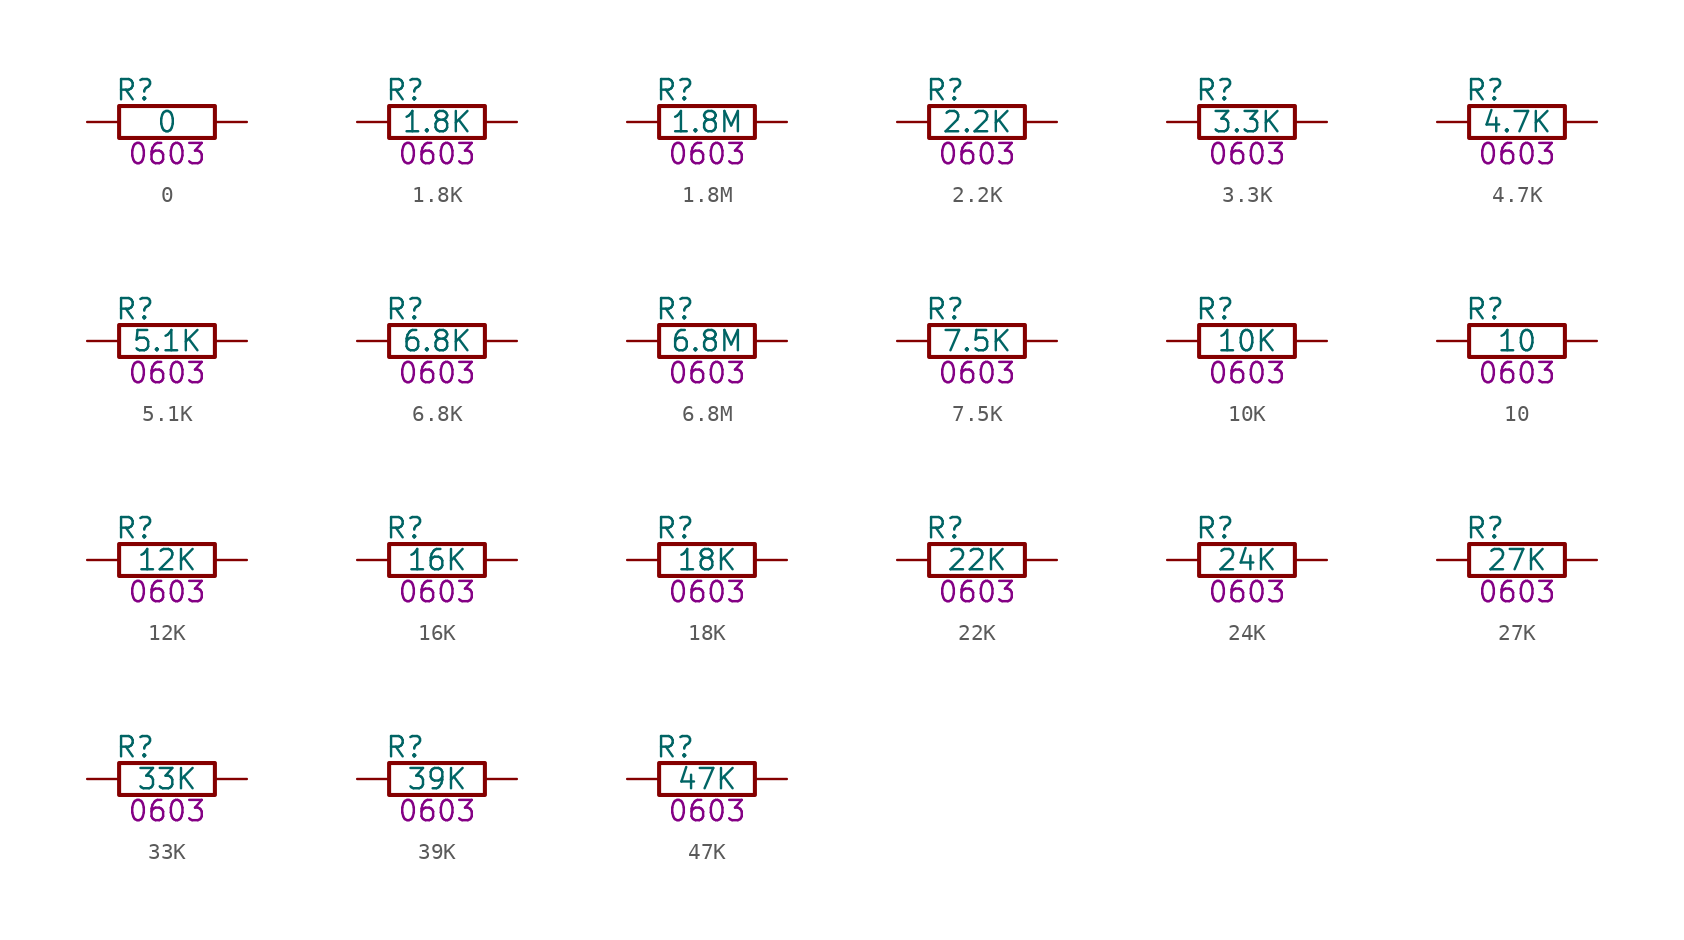
<source format=kicad_sym>
(kicad_symbol_lib
  (version 20211014)
  (generator kicad_symbol_editor)
  (symbol "0"
    (pin_numbers hide)
    (pin_names hide)
    (property "Reference" "R"
      (at -2 1 0)
      (effects (font (size 1.27 1.27))))
    (property "Value" "0"
      (at 0 -1 0)
      (effects (font (size 1.27 1.27))))
    (property "Size" "0603"
      (at 0 -3 0)
      (effects (font (size 1.27 1.27))))
    (symbol "0_0_1"
      (rectangle (start -3 0) (end 3 -2) (stroke (width 0.254) (type default) (color 0 0 0 0)) (fill (type none))))
    (symbol "0_1_1"
      (pin passive line (at -5 -1 0) (length 2) (name "~" (effects (font (size 1.27 1.27)))) (number "1" (effects (font (size 1.27 1.27)))))
      (pin passive line (at 5 -1 180) (length 2) (name "~" (effects (font (size 1.27 1.27)))) (number "2" (effects (font (size 1.27 1.27)))))))
  (symbol "1.8K"
    (pin_numbers hide)
    (pin_names hide)
    (property "Reference" "R"
      (at -2 1 0)
      (effects (font (size 1.27 1.27))))
    (property "Value" "1.8K"
      (at 0 -1 0)
      (effects (font (size 1.27 1.27))))
    (property "Size" "0603"
      (at 0 -3 0)
      (effects (font (size 1.27 1.27))))
    (symbol "1.8K_0_1"
      (rectangle (start -3 0) (end 3 -2) (stroke (width 0.254) (type default) (color 0 0 0 0)) (fill (type none))))
    (symbol "1.8K_1_1"
      (pin passive line (at -5 -1 0) (length 2) (name "~" (effects (font (size 1.27 1.27)))) (number "1" (effects (font (size 1.27 1.27)))))
      (pin passive line (at 5 -1 180) (length 2) (name "~" (effects (font (size 1.27 1.27)))) (number "2" (effects (font (size 1.27 1.27)))))))
  (symbol "1.8M"
    (pin_numbers hide)
    (pin_names hide)
    (property "Reference" "R"
      (at -2 1 0)
      (effects (font (size 1.27 1.27))))
    (property "Value" "1.8M"
      (at 0 -1 0)
      (effects (font (size 1.27 1.27))))
    (property "Size" "0603"
      (at 0 -3 0)
      (effects (font (size 1.27 1.27))))
    (symbol "1.8M_0_1"
      (rectangle (start -3 0) (end 3 -2) (stroke (width 0.254) (type default) (color 0 0 0 0)) (fill (type none))))
    (symbol "1.8M_1_1"
      (pin passive line (at -5 -1 0) (length 2) (name "~" (effects (font (size 1.27 1.27)))) (number "1" (effects (font (size 1.27 1.27)))))
      (pin passive line (at 5 -1 180) (length 2) (name "~" (effects (font (size 1.27 1.27)))) (number "2" (effects (font (size 1.27 1.27)))))))
  (symbol "2.2K"
    (pin_numbers hide)
    (pin_names hide)
    (property "Reference" "R"
      (at -2 1 0)
      (effects (font (size 1.27 1.27))))
    (property "Value" "2.2K"
      (at 0 -1 0)
      (effects (font (size 1.27 1.27))))
    (property "Size" "0603"
      (at 0 -3 0)
      (effects (font (size 1.27 1.27))))
    (symbol "2.2K_0_1"
      (rectangle (start -3 0) (end 3 -2) (stroke (width 0.254) (type default) (color 0 0 0 0)) (fill (type none))))
    (symbol "2.2K_1_1"
      (pin passive line (at -5 -1 0) (length 2) (name "~" (effects (font (size 1.27 1.27)))) (number "1" (effects (font (size 1.27 1.27)))))
      (pin passive line (at 5 -1 180) (length 2) (name "~" (effects (font (size 1.27 1.27)))) (number "2" (effects (font (size 1.27 1.27)))))))
  (symbol "3.3K"
    (pin_numbers hide)
    (pin_names hide)
    (property "Reference" "R"
      (at -2 1 0)
      (effects (font (size 1.27 1.27))))
    (property "Value" "3.3K"
      (at 0 -1 0)
      (effects (font (size 1.27 1.27))))
    (property "Size" "0603"
      (at 0 -3 0)
      (effects (font (size 1.27 1.27))))
    (symbol "3.3K_0_1"
      (rectangle (start -3 0) (end 3 -2) (stroke (width 0.254) (type default) (color 0 0 0 0)) (fill (type none))))
    (symbol "3.3K_1_1"
      (pin passive line (at -5 -1 0) (length 2) (name "~" (effects (font (size 1.27 1.27)))) (number "1" (effects (font (size 1.27 1.27)))))
      (pin passive line (at 5 -1 180) (length 2) (name "~" (effects (font (size 1.27 1.27)))) (number "2" (effects (font (size 1.27 1.27)))))))
  (symbol "4.7K"
    (pin_numbers hide)
    (pin_names hide)
    (property "Reference" "R"
      (at -2 1 0)
      (effects (font (size 1.27 1.27))))
    (property "Value" "4.7K"
      (at 0 -1 0)
      (effects (font (size 1.27 1.27))))
    (property "Size" "0603"
      (at 0 -3 0)
      (effects (font (size 1.27 1.27))))
    (symbol "4.7K_0_1"
      (rectangle (start -3 0) (end 3 -2) (stroke (width 0.254) (type default) (color 0 0 0 0)) (fill (type none))))
    (symbol "4.7K_1_1"
      (pin passive line (at -5 -1 0) (length 2) (name "~" (effects (font (size 1.27 1.27)))) (number "1" (effects (font (size 1.27 1.27)))))
      (pin passive line (at 5 -1 180) (length 2) (name "~" (effects (font (size 1.27 1.27)))) (number "2" (effects (font (size 1.27 1.27)))))))
  (symbol "5.1K"
    (pin_numbers hide)
    (pin_names hide)
    (property "Reference" "R"
      (at -2 1 0)
      (effects (font (size 1.27 1.27))))
    (property "Value" "5.1K"
      (at 0 -1 0)
      (effects (font (size 1.27 1.27))))
    (property "Size" "0603"
      (at 0 -3 0)
      (effects (font (size 1.27 1.27))))
    (symbol "5.1K_0_1"
      (rectangle (start -3 0) (end 3 -2) (stroke (width 0.254) (type default) (color 0 0 0 0)) (fill (type none))))
    (symbol "5.1K_1_1"
      (pin passive line (at -5 -1 0) (length 2) (name "~" (effects (font (size 1.27 1.27)))) (number "1" (effects (font (size 1.27 1.27)))))
      (pin passive line (at 5 -1 180) (length 2) (name "~" (effects (font (size 1.27 1.27)))) (number "2" (effects (font (size 1.27 1.27)))))))
  (symbol "6.8K"
    (pin_numbers hide)
    (pin_names hide)
    (property "Reference" "R"
      (at -2 1 0)
      (effects (font (size 1.27 1.27))))
    (property "Value" "6.8K"
      (at 0 -1 0)
      (effects (font (size 1.27 1.27))))
    (property "Size" "0603"
      (at 0 -3 0)
      (effects (font (size 1.27 1.27))))
    (symbol "6.8K_0_1"
      (rectangle (start -3 0) (end 3 -2) (stroke (width 0.254) (type default) (color 0 0 0 0)) (fill (type none))))
    (symbol "6.8K_1_1"
      (pin passive line (at -5 -1 0) (length 2) (name "~" (effects (font (size 1.27 1.27)))) (number "1" (effects (font (size 1.27 1.27)))))
      (pin passive line (at 5 -1 180) (length 2) (name "~" (effects (font (size 1.27 1.27)))) (number "2" (effects (font (size 1.27 1.27)))))))
  (symbol "6.8M"
    (pin_numbers hide)
    (pin_names hide)
    (property "Reference" "R"
      (at -2 1 0)
      (effects (font (size 1.27 1.27))))
    (property "Value" "6.8M"
      (at 0 -1 0)
      (effects (font (size 1.27 1.27))))
    (property "Size" "0603"
      (at 0 -3 0)
      (effects (font (size 1.27 1.27))))
    (symbol "6.8M_0_1"
      (rectangle (start -3 0) (end 3 -2) (stroke (width 0.254) (type default) (color 0 0 0 0)) (fill (type none))))
    (symbol "6.8M_1_1"
      (pin passive line (at -5 -1 0) (length 2) (name "~" (effects (font (size 1.27 1.27)))) (number "1" (effects (font (size 1.27 1.27)))))
      (pin passive line (at 5 -1 180) (length 2) (name "~" (effects (font (size 1.27 1.27)))) (number "2" (effects (font (size 1.27 1.27)))))))
  (symbol "7.5K"
    (pin_numbers hide)
    (pin_names hide)
    (property "Reference" "R"
      (at -2 1 0)
      (effects (font (size 1.27 1.27))))
    (property "Value" "7.5K"
      (at 0 -1 0)
      (effects (font (size 1.27 1.27))))
    (property "Size" "0603"
      (at 0 -3 0)
      (effects (font (size 1.27 1.27))))
    (symbol "7.5K_0_1"
      (rectangle (start -3 0) (end 3 -2) (stroke (width 0.254) (type default) (color 0 0 0 0)) (fill (type none))))
    (symbol "7.5K_1_1"
      (pin passive line (at -5 -1 0) (length 2) (name "~" (effects (font (size 1.27 1.27)))) (number "1" (effects (font (size 1.27 1.27)))))
      (pin passive line (at 5 -1 180) (length 2) (name "~" (effects (font (size 1.27 1.27)))) (number "2" (effects (font (size 1.27 1.27)))))))
  (symbol "10K"
    (pin_numbers hide)
    (pin_names hide)
    (property "Reference" "R"
      (at -2 1 0)
      (effects (font (size 1.27 1.27))))
    (property "Value" "10K"
      (at 0 -1 0)
      (effects (font (size 1.27 1.27))))
    (property "Size" "0603"
      (at 0 -3 0)
      (effects (font (size 1.27 1.27))))
    (symbol "10K_0_1"
      (rectangle (start -3 0) (end 3 -2) (stroke (width 0.254) (type default) (color 0 0 0 0)) (fill (type none))))
    (symbol "10K_1_1"
      (pin passive line (at -5 -1 0) (length 2) (name "~" (effects (font (size 1.27 1.27)))) (number "1" (effects (font (size 1.27 1.27)))))
      (pin passive line (at 5 -1 180) (length 2) (name "~" (effects (font (size 1.27 1.27)))) (number "2" (effects (font (size 1.27 1.27)))))))
  (symbol "10"
    (pin_numbers hide)
    (pin_names hide)
    (property "Reference" "R"
      (at -2 1 0)
      (effects (font (size 1.27 1.27))))
    (property "Value" "10"
      (at 0 -1 0)
      (effects (font (size 1.27 1.27))))
    (property "Size" "0603"
      (at 0 -3 0)
      (effects (font (size 1.27 1.27))))
    (symbol "10_0_1"
      (rectangle (start -3 0) (end 3 -2) (stroke (width 0.254) (type default) (color 0 0 0 0)) (fill (type none))))
    (symbol "10_1_1"
      (pin passive line (at -5 -1 0) (length 2) (name "~" (effects (font (size 1.27 1.27)))) (number "1" (effects (font (size 1.27 1.27)))))
      (pin passive line (at 5 -1 180) (length 2) (name "~" (effects (font (size 1.27 1.27)))) (number "2" (effects (font (size 1.27 1.27)))))))
  (symbol "12K"
    (pin_numbers hide)
    (pin_names hide)
    (property "Reference" "R"
      (at -2 1 0)
      (effects (font (size 1.27 1.27))))
    (property "Value" "12K"
      (at 0 -1 0)
      (effects (font (size 1.27 1.27))))
    (property "Size" "0603"
      (at 0 -3 0)
      (effects (font (size 1.27 1.27))))
    (symbol "12K_0_1"
      (rectangle (start -3 0) (end 3 -2) (stroke (width 0.254) (type default) (color 0 0 0 0)) (fill (type none))))
    (symbol "12K_1_1"
      (pin passive line (at -5 -1 0) (length 2) (name "~" (effects (font (size 1.27 1.27)))) (number "1" (effects (font (size 1.27 1.27)))))
      (pin passive line (at 5 -1 180) (length 2) (name "~" (effects (font (size 1.27 1.27)))) (number "2" (effects (font (size 1.27 1.27)))))))
  (symbol "16K"
    (pin_numbers hide)
    (pin_names hide)
    (property "Reference" "R"
      (at -2 1 0)
      (effects (font (size 1.27 1.27))))
    (property "Value" "16K"
      (at 0 -1 0)
      (effects (font (size 1.27 1.27))))
    (property "Size" "0603"
      (at 0 -3 0)
      (effects (font (size 1.27 1.27))))
    (symbol "16K_0_1"
      (rectangle (start -3 0) (end 3 -2) (stroke (width 0.254) (type default) (color 0 0 0 0)) (fill (type none))))
    (symbol "16K_1_1"
      (pin passive line (at -5 -1 0) (length 2) (name "~" (effects (font (size 1.27 1.27)))) (number "1" (effects (font (size 1.27 1.27)))))
      (pin passive line (at 5 -1 180) (length 2) (name "~" (effects (font (size 1.27 1.27)))) (number "2" (effects (font (size 1.27 1.27)))))))
  (symbol "18K"
    (pin_numbers hide)
    (pin_names hide)
    (property "Reference" "R"
      (at -2 1 0)
      (effects (font (size 1.27 1.27))))
    (property "Value" "18K"
      (at 0 -1 0)
      (effects (font (size 1.27 1.27))))
    (property "Size" "0603"
      (at 0 -3 0)
      (effects (font (size 1.27 1.27))))
    (symbol "18K_0_1"
      (rectangle (start -3 0) (end 3 -2) (stroke (width 0.254) (type default) (color 0 0 0 0)) (fill (type none))))
    (symbol "18K_1_1"
      (pin passive line (at -5 -1 0) (length 2) (name "~" (effects (font (size 1.27 1.27)))) (number "1" (effects (font (size 1.27 1.27)))))
      (pin passive line (at 5 -1 180) (length 2) (name "~" (effects (font (size 1.27 1.27)))) (number "2" (effects (font (size 1.27 1.27)))))))
  (symbol "22K"
    (pin_numbers hide)
    (pin_names hide)
    (property "Reference" "R"
      (at -2 1 0)
      (effects (font (size 1.27 1.27))))
    (property "Value" "22K"
      (at 0 -1 0)
      (effects (font (size 1.27 1.27))))
    (property "Size" "0603"
      (at 0 -3 0)
      (effects (font (size 1.27 1.27))))
    (symbol "22K_0_1"
      (rectangle (start -3 0) (end 3 -2) (stroke (width 0.254) (type default) (color 0 0 0 0)) (fill (type none))))
    (symbol "22K_1_1"
      (pin passive line (at -5 -1 0) (length 2) (name "~" (effects (font (size 1.27 1.27)))) (number "1" (effects (font (size 1.27 1.27)))))
      (pin passive line (at 5 -1 180) (length 2) (name "~" (effects (font (size 1.27 1.27)))) (number "2" (effects (font (size 1.27 1.27)))))))
  (symbol "24K"
    (pin_numbers hide)
    (pin_names hide)
    (property "Reference" "R"
      (at -2 1 0)
      (effects (font (size 1.27 1.27))))
    (property "Value" "24K"
      (at 0 -1 0)
      (effects (font (size 1.27 1.27))))
    (property "Size" "0603"
      (at 0 -3 0)
      (effects (font (size 1.27 1.27))))
    (symbol "24K_0_1"
      (rectangle (start -3 0) (end 3 -2) (stroke (width 0.254) (type default) (color 0 0 0 0)) (fill (type none))))
    (symbol "24K_1_1"
      (pin passive line (at -5 -1 0) (length 2) (name "~" (effects (font (size 1.27 1.27)))) (number "1" (effects (font (size 1.27 1.27)))))
      (pin passive line (at 5 -1 180) (length 2) (name "~" (effects (font (size 1.27 1.27)))) (number "2" (effects (font (size 1.27 1.27)))))))
  (symbol "27K"
    (pin_numbers hide)
    (pin_names hide)
    (property "Reference" "R"
      (at -2 1 0)
      (effects (font (size 1.27 1.27))))
    (property "Value" "27K"
      (at 0 -1 0)
      (effects (font (size 1.27 1.27))))
    (property "Size" "0603"
      (at 0 -3 0)
      (effects (font (size 1.27 1.27))))
    (symbol "27K_0_1"
      (rectangle (start -3 0) (end 3 -2) (stroke (width 0.254) (type default) (color 0 0 0 0)) (fill (type none))))
    (symbol "27K_1_1"
      (pin passive line (at -5 -1 0) (length 2) (name "~" (effects (font (size 1.27 1.27)))) (number "1" (effects (font (size 1.27 1.27)))))
      (pin passive line (at 5 -1 180) (length 2) (name "~" (effects (font (size 1.27 1.27)))) (number "2" (effects (font (size 1.27 1.27)))))))
  (symbol "33K"
    (pin_numbers hide)
    (pin_names hide)
    (property "Reference" "R"
      (at -2 1 0)
      (effects (font (size 1.27 1.27))))
    (property "Value" "33K"
      (at 0 -1 0)
      (effects (font (size 1.27 1.27))))
    (property "Size" "0603"
      (at 0 -3 0)
      (effects (font (size 1.27 1.27))))
    (symbol "33K_0_1"
      (rectangle (start -3 0) (end 3 -2) (stroke (width 0.254) (type default) (color 0 0 0 0)) (fill (type none))))
    (symbol "33K_1_1"
      (pin passive line (at -5 -1 0) (length 2) (name "~" (effects (font (size 1.27 1.27)))) (number "1" (effects (font (size 1.27 1.27)))))
      (pin passive line (at 5 -1 180) (length 2) (name "~" (effects (font (size 1.27 1.27)))) (number "2" (effects (font (size 1.27 1.27)))))))
  (symbol "39K"
    (pin_numbers hide)
    (pin_names hide)
    (property "Reference" "R"
      (at -2 1 0)
      (effects (font (size 1.27 1.27))))
    (property "Value" "39K"
      (at 0 -1 0)
      (effects (font (size 1.27 1.27))))
    (property "Size" "0603"
      (at 0 -3 0)
      (effects (font (size 1.27 1.27))))
    (symbol "39K_0_1"
      (rectangle (start -3 0) (end 3 -2) (stroke (width 0.254) (type default) (color 0 0 0 0)) (fill (type none))))
    (symbol "39K_1_1"
      (pin passive line (at -5 -1 0) (length 2) (name "~" (effects (font (size 1.27 1.27)))) (number "1" (effects (font (size 1.27 1.27)))))
      (pin passive line (at 5 -1 180) (length 2) (name "~" (effects (font (size 1.27 1.27)))) (number "2" (effects (font (size 1.27 1.27)))))))
  (symbol "47K"
    (pin_numbers hide)
    (pin_names hide)
    (property "Reference" "R"
      (at -2 1 0)
      (effects (font (size 1.27 1.27))))
    (property "Value" "47K"
      (at 0 -1 0)
      (effects (font (size 1.27 1.27))))
    (property "Size" "0603"
      (at 0 -3 0)
      (effects (font (size 1.27 1.27))))
    (symbol "47K_0_1"
      (rectangle (start -3 0) (end 3 -2) (stroke (width 0.254) (type default) (color 0 0 0 0)) (fill (type none))))
    (symbol "47K_1_1"
      (pin passive line (at -5 -1 0) (length 2) (name "~" (effects (font (size 1.27 1.27)))) (number "1" (effects (font (size 1.27 1.27)))))
      (pin passive line (at 5 -1 180) (length 2) (name "~" (effects (font (size 1.27 1.27)))) (number "2" (effects (font (size 1.27 1.27))))))))
</source>
